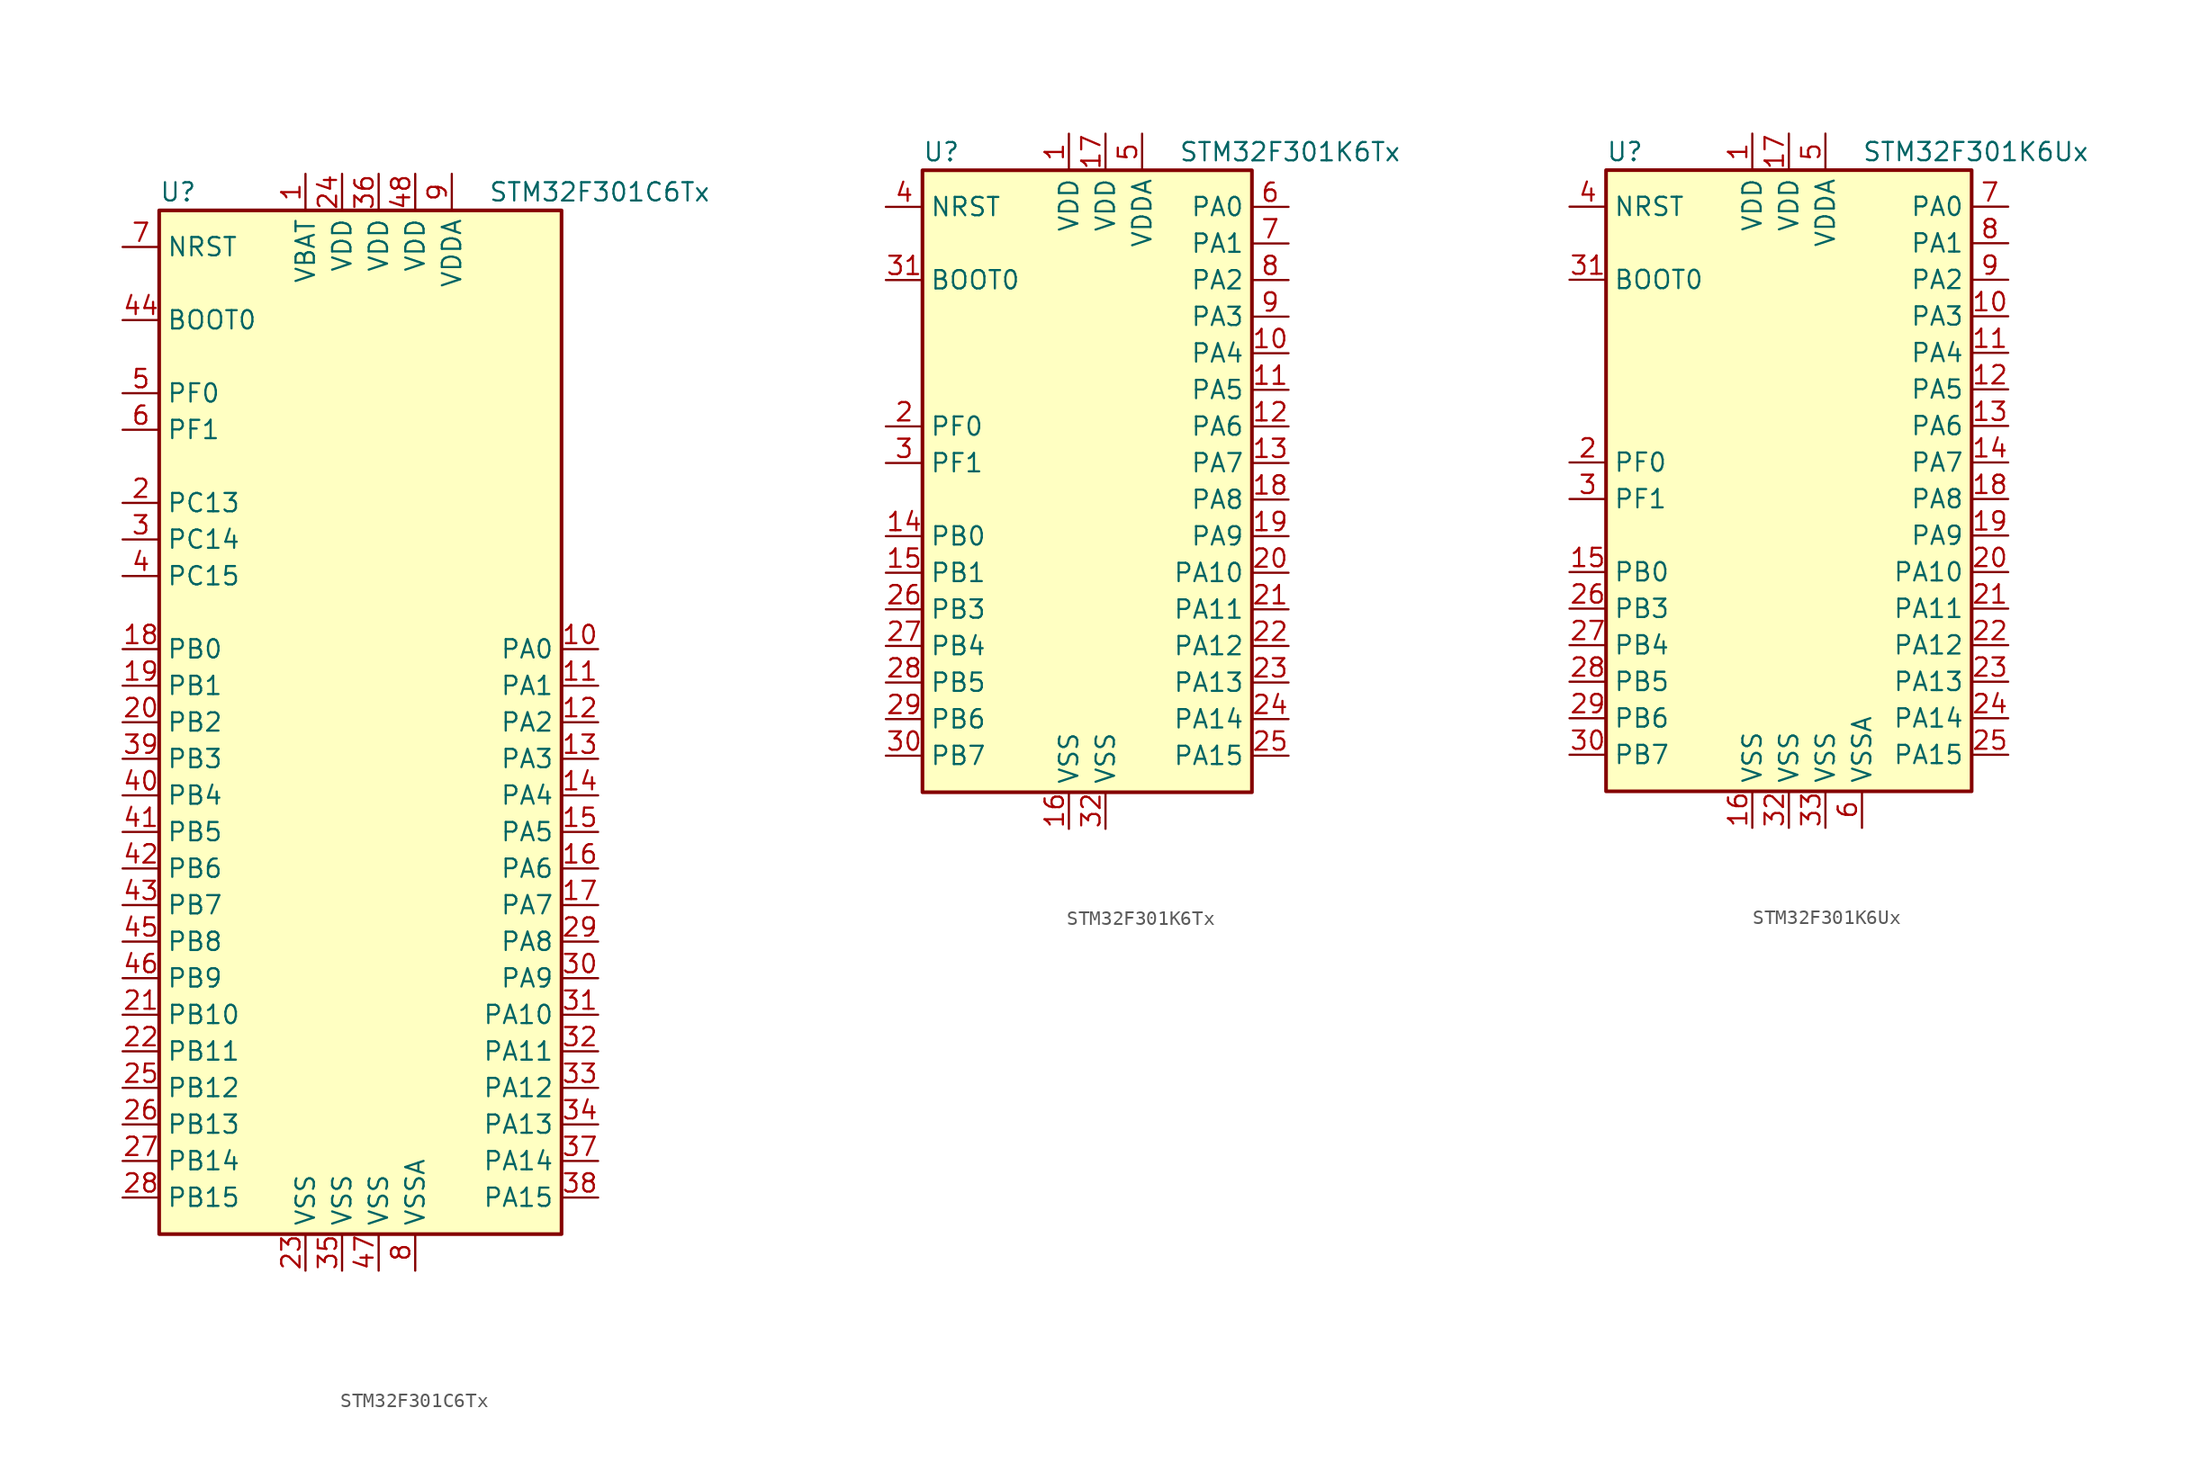
<source format=kicad_sym>
(kicad_symbol_lib
  (version 20211014)
  (generator kicad_symbol_editor)
  (symbol "STM32F301C6Tx"
    (property "Reference" "U"
      (at -15.24 36.83 0)
      (effects (font (size 1.27 1.27)) (justify left)))
    (property "Value" "STM32F301C6Tx"
      (at 7.62 36.83 0)
      (effects (font (size 1.27 1.27)) (justify left)))
    (symbol "STM32F301C6Tx_0_1"
      (rectangle (start -15.24 -35.56) (end 12.7 35.56) (stroke (width 0.254) (type default) (color 0 0 0 0)) (fill (type background))))
    (symbol "STM32F301C6Tx_1_1"
      (pin power_in line (at -5.08 38.1 270) (length 2.54) (name "VBAT" (effects (font (size 1.27 1.27)))) (number "1" (effects (font (size 1.27 1.27)))))
      (pin bidirectional line (at 15.24 5.08 180) (length 2.54) (name "PA0" (effects (font (size 1.27 1.27)))) (number "10" (effects (font (size 1.27 1.27)))))
      (pin bidirectional line (at 15.24 2.54 180) (length 2.54) (name "PA1" (effects (font (size 1.27 1.27)))) (number "11" (effects (font (size 1.27 1.27)))))
      (pin bidirectional line (at 15.24 0 180) (length 2.54) (name "PA2" (effects (font (size 1.27 1.27)))) (number "12" (effects (font (size 1.27 1.27)))))
      (pin bidirectional line (at 15.24 -2.54 180) (length 2.54) (name "PA3" (effects (font (size 1.27 1.27)))) (number "13" (effects (font (size 1.27 1.27)))))
      (pin bidirectional line (at 15.24 -5.08 180) (length 2.54) (name "PA4" (effects (font (size 1.27 1.27)))) (number "14" (effects (font (size 1.27 1.27)))))
      (pin bidirectional line (at 15.24 -7.62 180) (length 2.54) (name "PA5" (effects (font (size 1.27 1.27)))) (number "15" (effects (font (size 1.27 1.27)))))
      (pin bidirectional line (at 15.24 -10.16 180) (length 2.54) (name "PA6" (effects (font (size 1.27 1.27)))) (number "16" (effects (font (size 1.27 1.27)))))
      (pin bidirectional line (at 15.24 -12.7 180) (length 2.54) (name "PA7" (effects (font (size 1.27 1.27)))) (number "17" (effects (font (size 1.27 1.27)))))
      (pin bidirectional line (at -17.78 5.08 0) (length 2.54) (name "PB0" (effects (font (size 1.27 1.27)))) (number "18" (effects (font (size 1.27 1.27)))))
      (pin bidirectional line (at -17.78 2.54 0) (length 2.54) (name "PB1" (effects (font (size 1.27 1.27)))) (number "19" (effects (font (size 1.27 1.27)))))
      (pin bidirectional line (at -17.78 15.24 0) (length 2.54) (name "PC13" (effects (font (size 1.27 1.27)))) (number "2" (effects (font (size 1.27 1.27)))))
      (pin bidirectional line (at -17.78 0 0) (length 2.54) (name "PB2" (effects (font (size 1.27 1.27)))) (number "20" (effects (font (size 1.27 1.27)))))
      (pin bidirectional line (at -17.78 -20.32 0) (length 2.54) (name "PB10" (effects (font (size 1.27 1.27)))) (number "21" (effects (font (size 1.27 1.27)))))
      (pin bidirectional line (at -17.78 -22.86 0) (length 2.54) (name "PB11" (effects (font (size 1.27 1.27)))) (number "22" (effects (font (size 1.27 1.27)))))
      (pin power_in line (at -5.08 -38.1 90) (length 2.54) (name "VSS" (effects (font (size 1.27 1.27)))) (number "23" (effects (font (size 1.27 1.27)))))
      (pin power_in line (at -2.54 38.1 270) (length 2.54) (name "VDD" (effects (font (size 1.27 1.27)))) (number "24" (effects (font (size 1.27 1.27)))))
      (pin bidirectional line (at -17.78 -25.4 0) (length 2.54) (name "PB12" (effects (font (size 1.27 1.27)))) (number "25" (effects (font (size 1.27 1.27)))))
      (pin bidirectional line (at -17.78 -27.94 0) (length 2.54) (name "PB13" (effects (font (size 1.27 1.27)))) (number "26" (effects (font (size 1.27 1.27)))))
      (pin bidirectional line (at -17.78 -30.48 0) (length 2.54) (name "PB14" (effects (font (size 1.27 1.27)))) (number "27" (effects (font (size 1.27 1.27)))))
      (pin bidirectional line (at -17.78 -33.02 0) (length 2.54) (name "PB15" (effects (font (size 1.27 1.27)))) (number "28" (effects (font (size 1.27 1.27)))))
      (pin bidirectional line (at 15.24 -15.24 180) (length 2.54) (name "PA8" (effects (font (size 1.27 1.27)))) (number "29" (effects (font (size 1.27 1.27)))))
      (pin bidirectional line (at -17.78 12.7 0) (length 2.54) (name "PC14" (effects (font (size 1.27 1.27)))) (number "3" (effects (font (size 1.27 1.27)))))
      (pin bidirectional line (at 15.24 -17.78 180) (length 2.54) (name "PA9" (effects (font (size 1.27 1.27)))) (number "30" (effects (font (size 1.27 1.27)))))
      (pin bidirectional line (at 15.24 -20.32 180) (length 2.54) (name "PA10" (effects (font (size 1.27 1.27)))) (number "31" (effects (font (size 1.27 1.27)))))
      (pin bidirectional line (at 15.24 -22.86 180) (length 2.54) (name "PA11" (effects (font (size 1.27 1.27)))) (number "32" (effects (font (size 1.27 1.27)))))
      (pin bidirectional line (at 15.24 -25.4 180) (length 2.54) (name "PA12" (effects (font (size 1.27 1.27)))) (number "33" (effects (font (size 1.27 1.27)))))
      (pin bidirectional line (at 15.24 -27.94 180) (length 2.54) (name "PA13" (effects (font (size 1.27 1.27)))) (number "34" (effects (font (size 1.27 1.27)))))
      (pin power_in line (at -2.54 -38.1 90) (length 2.54) (name "VSS" (effects (font (size 1.27 1.27)))) (number "35" (effects (font (size 1.27 1.27)))))
      (pin power_in line (at 0 38.1 270) (length 2.54) (name "VDD" (effects (font (size 1.27 1.27)))) (number "36" (effects (font (size 1.27 1.27)))))
      (pin bidirectional line (at 15.24 -30.48 180) (length 2.54) (name "PA14" (effects (font (size 1.27 1.27)))) (number "37" (effects (font (size 1.27 1.27)))))
      (pin bidirectional line (at 15.24 -33.02 180) (length 2.54) (name "PA15" (effects (font (size 1.27 1.27)))) (number "38" (effects (font (size 1.27 1.27)))))
      (pin bidirectional line (at -17.78 -2.54 0) (length 2.54) (name "PB3" (effects (font (size 1.27 1.27)))) (number "39" (effects (font (size 1.27 1.27)))))
      (pin bidirectional line (at -17.78 10.16 0) (length 2.54) (name "PC15" (effects (font (size 1.27 1.27)))) (number "4" (effects (font (size 1.27 1.27)))))
      (pin bidirectional line (at -17.78 -5.08 0) (length 2.54) (name "PB4" (effects (font (size 1.27 1.27)))) (number "40" (effects (font (size 1.27 1.27)))))
      (pin bidirectional line (at -17.78 -7.62 0) (length 2.54) (name "PB5" (effects (font (size 1.27 1.27)))) (number "41" (effects (font (size 1.27 1.27)))))
      (pin bidirectional line (at -17.78 -10.16 0) (length 2.54) (name "PB6" (effects (font (size 1.27 1.27)))) (number "42" (effects (font (size 1.27 1.27)))))
      (pin bidirectional line (at -17.78 -12.7 0) (length 2.54) (name "PB7" (effects (font (size 1.27 1.27)))) (number "43" (effects (font (size 1.27 1.27)))))
      (pin input line (at -17.78 27.94 0) (length 2.54) (name "BOOT0" (effects (font (size 1.27 1.27)))) (number "44" (effects (font (size 1.27 1.27)))))
      (pin bidirectional line (at -17.78 -15.24 0) (length 2.54) (name "PB8" (effects (font (size 1.27 1.27)))) (number "45" (effects (font (size 1.27 1.27)))))
      (pin bidirectional line (at -17.78 -17.78 0) (length 2.54) (name "PB9" (effects (font (size 1.27 1.27)))) (number "46" (effects (font (size 1.27 1.27)))))
      (pin power_in line (at 0 -38.1 90) (length 2.54) (name "VSS" (effects (font (size 1.27 1.27)))) (number "47" (effects (font (size 1.27 1.27)))))
      (pin power_in line (at 2.54 38.1 270) (length 2.54) (name "VDD" (effects (font (size 1.27 1.27)))) (number "48" (effects (font (size 1.27 1.27)))))
      (pin input line (at -17.78 22.86 0) (length 2.54) (name "PF0" (effects (font (size 1.27 1.27)))) (number "5" (effects (font (size 1.27 1.27)))))
      (pin input line (at -17.78 20.32 0) (length 2.54) (name "PF1" (effects (font (size 1.27 1.27)))) (number "6" (effects (font (size 1.27 1.27)))))
      (pin input line (at -17.78 33.02 0) (length 2.54) (name "NRST" (effects (font (size 1.27 1.27)))) (number "7" (effects (font (size 1.27 1.27)))))
      (pin power_in line (at 2.54 -38.1 90) (length 2.54) (name "VSSA" (effects (font (size 1.27 1.27)))) (number "8" (effects (font (size 1.27 1.27)))))
      (pin power_in line (at 5.08 38.1 270) (length 2.54) (name "VDDA" (effects (font (size 1.27 1.27)))) (number "9" (effects (font (size 1.27 1.27)))))))
  (symbol "STM32F301K6Tx"
    (property "Reference" "U"
      (at -12.7 21.59 0)
      (effects (font (size 1.27 1.27)) (justify left)))
    (property "Value" "STM32F301K6Tx"
      (at 5.08 21.59 0)
      (effects (font (size 1.27 1.27)) (justify left)))
    (symbol "STM32F301K6Tx_0_1"
      (rectangle (start -12.7 -22.86) (end 10.16 20.32) (stroke (width 0.254) (type default) (color 0 0 0 0)) (fill (type background))))
    (symbol "STM32F301K6Tx_1_1"
      (pin power_in line (at -2.54 22.86 270) (length 2.54) (name "VDD" (effects (font (size 1.27 1.27)))) (number "1" (effects (font (size 1.27 1.27)))))
      (pin bidirectional line (at 12.7 7.62 180) (length 2.54) (name "PA4" (effects (font (size 1.27 1.27)))) (number "10" (effects (font (size 1.27 1.27)))))
      (pin bidirectional line (at 12.7 5.08 180) (length 2.54) (name "PA5" (effects (font (size 1.27 1.27)))) (number "11" (effects (font (size 1.27 1.27)))))
      (pin bidirectional line (at 12.7 2.54 180) (length 2.54) (name "PA6" (effects (font (size 1.27 1.27)))) (number "12" (effects (font (size 1.27 1.27)))))
      (pin bidirectional line (at 12.7 0 180) (length 2.54) (name "PA7" (effects (font (size 1.27 1.27)))) (number "13" (effects (font (size 1.27 1.27)))))
      (pin bidirectional line (at -15.24 -5.08 0) (length 2.54) (name "PB0" (effects (font (size 1.27 1.27)))) (number "14" (effects (font (size 1.27 1.27)))))
      (pin bidirectional line (at -15.24 -7.62 0) (length 2.54) (name "PB1" (effects (font (size 1.27 1.27)))) (number "15" (effects (font (size 1.27 1.27)))))
      (pin power_in line (at -2.54 -25.4 90) (length 2.54) (name "VSS" (effects (font (size 1.27 1.27)))) (number "16" (effects (font (size 1.27 1.27)))))
      (pin power_in line (at 0 22.86 270) (length 2.54) (name "VDD" (effects (font (size 1.27 1.27)))) (number "17" (effects (font (size 1.27 1.27)))))
      (pin bidirectional line (at 12.7 -2.54 180) (length 2.54) (name "PA8" (effects (font (size 1.27 1.27)))) (number "18" (effects (font (size 1.27 1.27)))))
      (pin bidirectional line (at 12.7 -5.08 180) (length 2.54) (name "PA9" (effects (font (size 1.27 1.27)))) (number "19" (effects (font (size 1.27 1.27)))))
      (pin input line (at -15.24 2.54 0) (length 2.54) (name "PF0" (effects (font (size 1.27 1.27)))) (number "2" (effects (font (size 1.27 1.27)))))
      (pin bidirectional line (at 12.7 -7.62 180) (length 2.54) (name "PA10" (effects (font (size 1.27 1.27)))) (number "20" (effects (font (size 1.27 1.27)))))
      (pin bidirectional line (at 12.7 -10.16 180) (length 2.54) (name "PA11" (effects (font (size 1.27 1.27)))) (number "21" (effects (font (size 1.27 1.27)))))
      (pin bidirectional line (at 12.7 -12.7 180) (length 2.54) (name "PA12" (effects (font (size 1.27 1.27)))) (number "22" (effects (font (size 1.27 1.27)))))
      (pin bidirectional line (at 12.7 -15.24 180) (length 2.54) (name "PA13" (effects (font (size 1.27 1.27)))) (number "23" (effects (font (size 1.27 1.27)))))
      (pin bidirectional line (at 12.7 -17.78 180) (length 2.54) (name "PA14" (effects (font (size 1.27 1.27)))) (number "24" (effects (font (size 1.27 1.27)))))
      (pin bidirectional line (at 12.7 -20.32 180) (length 2.54) (name "PA15" (effects (font (size 1.27 1.27)))) (number "25" (effects (font (size 1.27 1.27)))))
      (pin bidirectional line (at -15.24 -10.16 0) (length 2.54) (name "PB3" (effects (font (size 1.27 1.27)))) (number "26" (effects (font (size 1.27 1.27)))))
      (pin bidirectional line (at -15.24 -12.7 0) (length 2.54) (name "PB4" (effects (font (size 1.27 1.27)))) (number "27" (effects (font (size 1.27 1.27)))))
      (pin bidirectional line (at -15.24 -15.24 0) (length 2.54) (name "PB5" (effects (font (size 1.27 1.27)))) (number "28" (effects (font (size 1.27 1.27)))))
      (pin bidirectional line (at -15.24 -17.78 0) (length 2.54) (name "PB6" (effects (font (size 1.27 1.27)))) (number "29" (effects (font (size 1.27 1.27)))))
      (pin input line (at -15.24 0 0) (length 2.54) (name "PF1" (effects (font (size 1.27 1.27)))) (number "3" (effects (font (size 1.27 1.27)))))
      (pin bidirectional line (at -15.24 -20.32 0) (length 2.54) (name "PB7" (effects (font (size 1.27 1.27)))) (number "30" (effects (font (size 1.27 1.27)))))
      (pin input line (at -15.24 12.7 0) (length 2.54) (name "BOOT0" (effects (font (size 1.27 1.27)))) (number "31" (effects (font (size 1.27 1.27)))))
      (pin power_in line (at 0 -25.4 90) (length 2.54) (name "VSS" (effects (font (size 1.27 1.27)))) (number "32" (effects (font (size 1.27 1.27)))))
      (pin input line (at -15.24 17.78 0) (length 2.54) (name "NRST" (effects (font (size 1.27 1.27)))) (number "4" (effects (font (size 1.27 1.27)))))
      (pin power_in line (at 2.54 22.86 270) (length 2.54) (name "VDDA" (effects (font (size 1.27 1.27)))) (number "5" (effects (font (size 1.27 1.27)))))
      (pin bidirectional line (at 12.7 17.78 180) (length 2.54) (name "PA0" (effects (font (size 1.27 1.27)))) (number "6" (effects (font (size 1.27 1.27)))))
      (pin bidirectional line (at 12.7 15.24 180) (length 2.54) (name "PA1" (effects (font (size 1.27 1.27)))) (number "7" (effects (font (size 1.27 1.27)))))
      (pin bidirectional line (at 12.7 12.7 180) (length 2.54) (name "PA2" (effects (font (size 1.27 1.27)))) (number "8" (effects (font (size 1.27 1.27)))))
      (pin bidirectional line (at 12.7 10.16 180) (length 2.54) (name "PA3" (effects (font (size 1.27 1.27)))) (number "9" (effects (font (size 1.27 1.27)))))))
  (symbol "STM32F301K6Ux"
    (property "Reference" "U"
      (at -12.7 21.59 0)
      (effects (font (size 1.27 1.27)) (justify left)))
    (property "Value" "STM32F301K6Ux"
      (at 5.08 21.59 0)
      (effects (font (size 1.27 1.27)) (justify left)))
    (symbol "STM32F301K6Ux_0_1"
      (rectangle (start -12.7 -22.86) (end 12.7 20.32) (stroke (width 0.254) (type default) (color 0 0 0 0)) (fill (type background))))
    (symbol "STM32F301K6Ux_1_1"
      (pin power_in line (at -2.54 22.86 270) (length 2.54) (name "VDD" (effects (font (size 1.27 1.27)))) (number "1" (effects (font (size 1.27 1.27)))))
      (pin bidirectional line (at 15.24 10.16 180) (length 2.54) (name "PA3" (effects (font (size 1.27 1.27)))) (number "10" (effects (font (size 1.27 1.27)))))
      (pin bidirectional line (at 15.24 7.62 180) (length 2.54) (name "PA4" (effects (font (size 1.27 1.27)))) (number "11" (effects (font (size 1.27 1.27)))))
      (pin bidirectional line (at 15.24 5.08 180) (length 2.54) (name "PA5" (effects (font (size 1.27 1.27)))) (number "12" (effects (font (size 1.27 1.27)))))
      (pin bidirectional line (at 15.24 2.54 180) (length 2.54) (name "PA6" (effects (font (size 1.27 1.27)))) (number "13" (effects (font (size 1.27 1.27)))))
      (pin bidirectional line (at 15.24 0 180) (length 2.54) (name "PA7" (effects (font (size 1.27 1.27)))) (number "14" (effects (font (size 1.27 1.27)))))
      (pin bidirectional line (at -15.24 -7.62 0) (length 2.54) (name "PB0" (effects (font (size 1.27 1.27)))) (number "15" (effects (font (size 1.27 1.27)))))
      (pin power_in line (at -2.54 -25.4 90) (length 2.54) (name "VSS" (effects (font (size 1.27 1.27)))) (number "16" (effects (font (size 1.27 1.27)))))
      (pin power_in line (at 0 22.86 270) (length 2.54) (name "VDD" (effects (font (size 1.27 1.27)))) (number "17" (effects (font (size 1.27 1.27)))))
      (pin bidirectional line (at 15.24 -2.54 180) (length 2.54) (name "PA8" (effects (font (size 1.27 1.27)))) (number "18" (effects (font (size 1.27 1.27)))))
      (pin bidirectional line (at 15.24 -5.08 180) (length 2.54) (name "PA9" (effects (font (size 1.27 1.27)))) (number "19" (effects (font (size 1.27 1.27)))))
      (pin input line (at -15.24 0 0) (length 2.54) (name "PF0" (effects (font (size 1.27 1.27)))) (number "2" (effects (font (size 1.27 1.27)))))
      (pin bidirectional line (at 15.24 -7.62 180) (length 2.54) (name "PA10" (effects (font (size 1.27 1.27)))) (number "20" (effects (font (size 1.27 1.27)))))
      (pin bidirectional line (at 15.24 -10.16 180) (length 2.54) (name "PA11" (effects (font (size 1.27 1.27)))) (number "21" (effects (font (size 1.27 1.27)))))
      (pin bidirectional line (at 15.24 -12.7 180) (length 2.54) (name "PA12" (effects (font (size 1.27 1.27)))) (number "22" (effects (font (size 1.27 1.27)))))
      (pin bidirectional line (at 15.24 -15.24 180) (length 2.54) (name "PA13" (effects (font (size 1.27 1.27)))) (number "23" (effects (font (size 1.27 1.27)))))
      (pin bidirectional line (at 15.24 -17.78 180) (length 2.54) (name "PA14" (effects (font (size 1.27 1.27)))) (number "24" (effects (font (size 1.27 1.27)))))
      (pin bidirectional line (at 15.24 -20.32 180) (length 2.54) (name "PA15" (effects (font (size 1.27 1.27)))) (number "25" (effects (font (size 1.27 1.27)))))
      (pin bidirectional line (at -15.24 -10.16 0) (length 2.54) (name "PB3" (effects (font (size 1.27 1.27)))) (number "26" (effects (font (size 1.27 1.27)))))
      (pin bidirectional line (at -15.24 -12.7 0) (length 2.54) (name "PB4" (effects (font (size 1.27 1.27)))) (number "27" (effects (font (size 1.27 1.27)))))
      (pin bidirectional line (at -15.24 -15.24 0) (length 2.54) (name "PB5" (effects (font (size 1.27 1.27)))) (number "28" (effects (font (size 1.27 1.27)))))
      (pin bidirectional line (at -15.24 -17.78 0) (length 2.54) (name "PB6" (effects (font (size 1.27 1.27)))) (number "29" (effects (font (size 1.27 1.27)))))
      (pin input line (at -15.24 -2.54 0) (length 2.54) (name "PF1" (effects (font (size 1.27 1.27)))) (number "3" (effects (font (size 1.27 1.27)))))
      (pin bidirectional line (at -15.24 -20.32 0) (length 2.54) (name "PB7" (effects (font (size 1.27 1.27)))) (number "30" (effects (font (size 1.27 1.27)))))
      (pin input line (at -15.24 12.7 0) (length 2.54) (name "BOOT0" (effects (font (size 1.27 1.27)))) (number "31" (effects (font (size 1.27 1.27)))))
      (pin power_in line (at 0 -25.4 90) (length 2.54) (name "VSS" (effects (font (size 1.27 1.27)))) (number "32" (effects (font (size 1.27 1.27)))))
      (pin power_in line (at 2.54 -25.4 90) (length 2.54) (name "VSS" (effects (font (size 1.27 1.27)))) (number "33" (effects (font (size 1.27 1.27)))))
      (pin input line (at -15.24 17.78 0) (length 2.54) (name "NRST" (effects (font (size 1.27 1.27)))) (number "4" (effects (font (size 1.27 1.27)))))
      (pin power_in line (at 2.54 22.86 270) (length 2.54) (name "VDDA" (effects (font (size 1.27 1.27)))) (number "5" (effects (font (size 1.27 1.27)))))
      (pin power_in line (at 5.08 -25.4 90) (length 2.54) (name "VSSA" (effects (font (size 1.27 1.27)))) (number "6" (effects (font (size 1.27 1.27)))))
      (pin bidirectional line (at 15.24 17.78 180) (length 2.54) (name "PA0" (effects (font (size 1.27 1.27)))) (number "7" (effects (font (size 1.27 1.27)))))
      (pin bidirectional line (at 15.24 15.24 180) (length 2.54) (name "PA1" (effects (font (size 1.27 1.27)))) (number "8" (effects (font (size 1.27 1.27)))))
      (pin bidirectional line (at 15.24 12.7 180) (length 2.54) (name "PA2" (effects (font (size 1.27 1.27)))) (number "9" (effects (font (size 1.27 1.27))))))))
</source>
